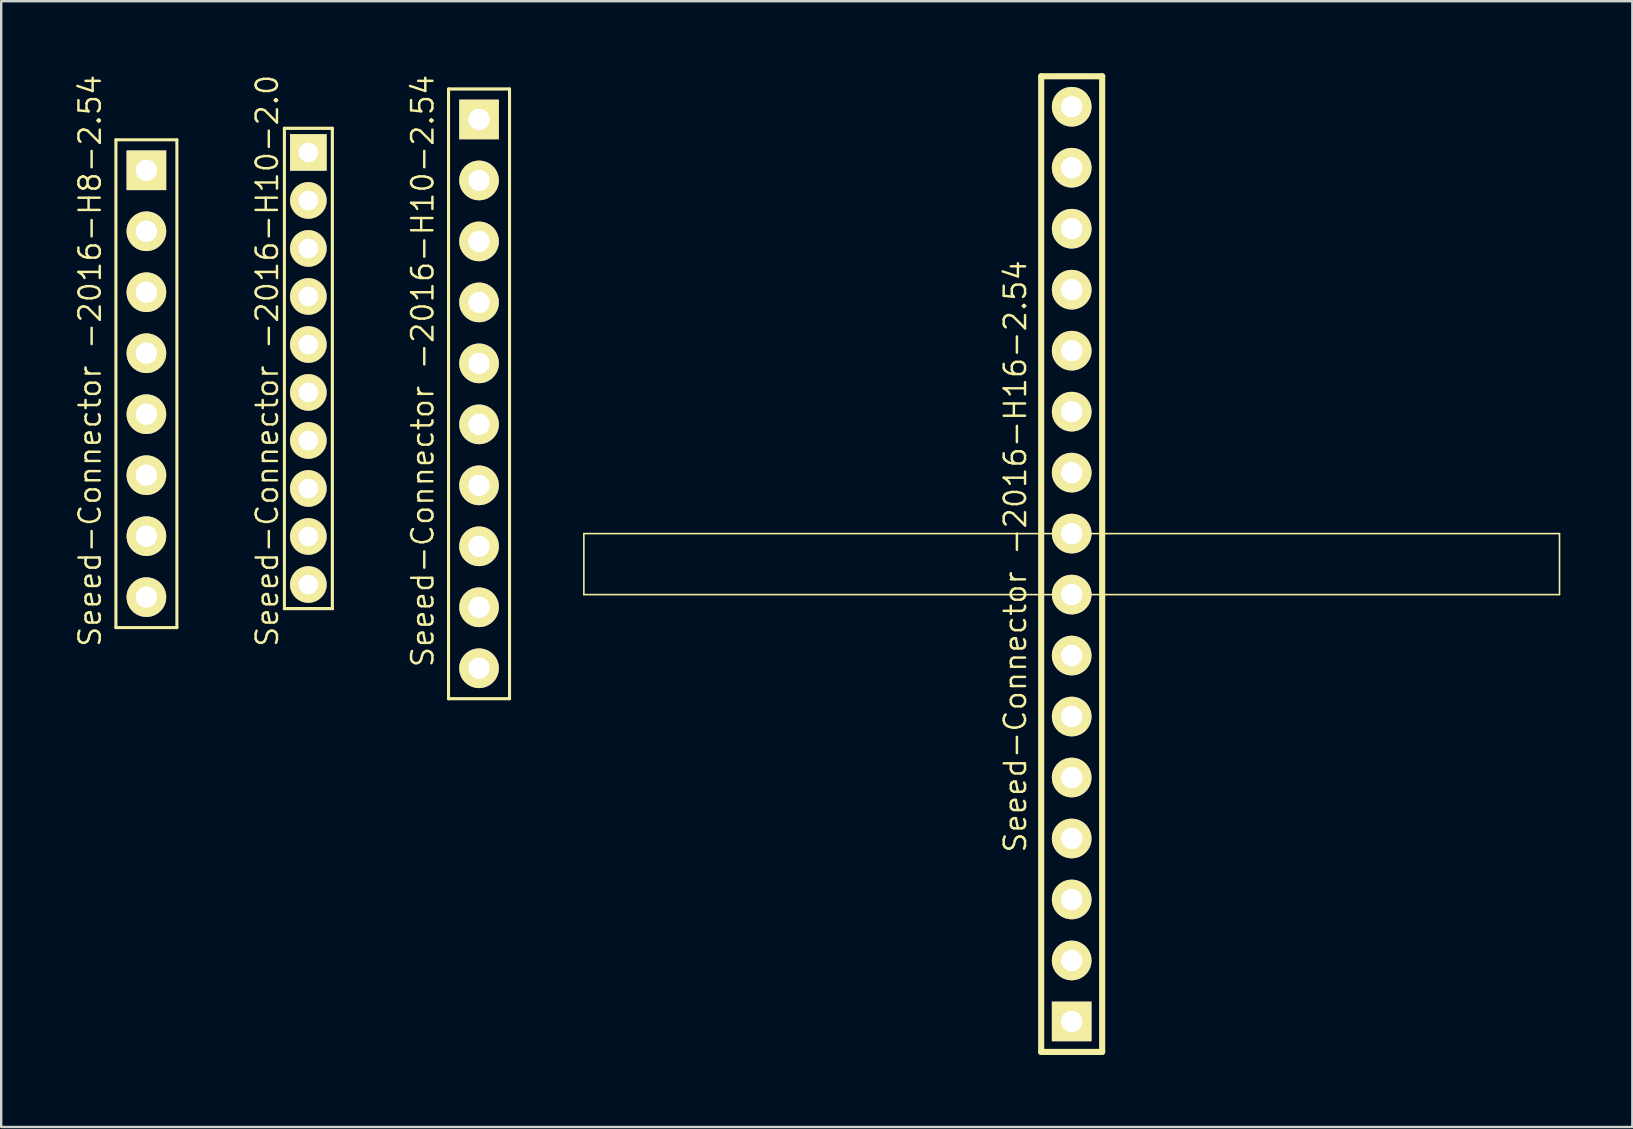
<source format=kicad_pcb>
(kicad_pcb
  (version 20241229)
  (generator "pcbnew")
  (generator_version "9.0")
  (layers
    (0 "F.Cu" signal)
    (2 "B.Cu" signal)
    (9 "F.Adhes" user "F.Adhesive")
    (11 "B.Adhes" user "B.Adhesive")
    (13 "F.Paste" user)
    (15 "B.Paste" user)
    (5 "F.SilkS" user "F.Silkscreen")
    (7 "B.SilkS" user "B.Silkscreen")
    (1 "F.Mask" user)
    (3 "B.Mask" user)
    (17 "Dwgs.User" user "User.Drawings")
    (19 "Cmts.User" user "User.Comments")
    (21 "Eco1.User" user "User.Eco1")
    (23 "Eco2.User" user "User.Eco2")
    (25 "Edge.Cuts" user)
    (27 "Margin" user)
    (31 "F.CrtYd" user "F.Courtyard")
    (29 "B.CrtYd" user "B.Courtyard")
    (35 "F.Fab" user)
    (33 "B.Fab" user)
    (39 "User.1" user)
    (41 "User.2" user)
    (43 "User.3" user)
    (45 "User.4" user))
  (footprint "Seeed-Connector -2016-H10-2.0"
    (layer "F.Cu")
    (at 9.794 12.298)
    (property "Reference" "Seeed-Connector -2016-H10-2.0" (at -1.714 -0.318 90) (layer "F.SilkS") (effects (font (size 0.889 0.889) (thickness 0.102))))
    (attr exclude_from_pos_files exclude_from_bom)
    (fp_line (start -1.016 -10.033) (end 1.016 -10.033) (stroke (width 0.066) (type solid)) (layer "F.SilkS"))
    (fp_line (start -1.016 10.033) (end -1.016 -10.033) (stroke (width 0.066) (type solid)) (layer "F.SilkS"))
    (fp_line (start -1.016 10.033) (end 1.016 10.033) (stroke (width 0.066) (type solid)) (layer "F.SilkS"))
    (fp_line (start -0.998 -10) (end 0.998 -10) (stroke (width 0.127) (type solid)) (layer "F.SilkS"))
    (fp_line (start -0.998 10) (end -0.998 -10) (stroke (width 0.127) (type solid)) (layer "F.SilkS"))
    (fp_line (start 0.998 -10) (end 0.998 10) (stroke (width 0.127) (type solid)) (layer "F.SilkS"))
    (fp_line (start 0.998 10) (end -0.998 10) (stroke (width 0.127) (type solid)) (layer "F.SilkS"))
    (fp_line (start 1.016 10.033) (end 1.016 -10.033) (stroke (width 0.066) (type solid)) (layer "F.SilkS"))
    (pad "1" thru_hole rect (at 0 -8.999) (size 1.524 1.524) (drill 0.813) (layers "*.Cu" "F.Mask" "F.SilkS" "F.Paste"))
    (pad "2" thru_hole circle (at 0 -6.998) (size 1.524 1.524) (drill 0.813) (layers "*.Cu" "F.Mask" "F.SilkS" "F.Paste"))
    (pad "3" thru_hole circle (at 0 -4.999) (size 1.524 1.524) (drill 0.813) (layers "*.Cu" "F.Mask" "F.SilkS" "F.Paste"))
    (pad "4" thru_hole circle (at 0 -3) (size 1.524 1.524) (drill 0.813) (layers "*.Cu" "F.Mask" "F.SilkS" "F.Paste"))
    (pad "5" thru_hole circle (at 0 -0.998) (size 1.524 1.524) (drill 0.813) (layers "*.Cu" "F.Mask" "F.SilkS" "F.Paste"))
    (pad "6" thru_hole circle (at 0 0.998) (size 1.524 1.524) (drill 0.813) (layers "*.Cu" "F.Mask" "F.SilkS" "F.Paste"))
    (pad "7" thru_hole circle (at 0 3) (size 1.524 1.524) (drill 0.813) (layers "*.Cu" "F.Mask" "F.SilkS" "F.Paste"))
    (pad "8" thru_hole circle (at 0 4.999) (size 1.524 1.524) (drill 0.813) (layers "*.Cu" "F.Mask" "F.SilkS" "F.Paste"))
    (pad "9" thru_hole circle (at 0 6.998) (size 1.524 1.524) (drill 0.813) (layers "*.Cu" "F.Mask" "F.SilkS" "F.Paste"))
    (pad "10" thru_hole circle (at 0 8.999) (size 1.524 1.524) (drill 0.813) (layers "*.Cu" "F.Mask" "F.SilkS" "F.Paste")))
  (footprint "Seeed-Connector -2016-H8-2.54"
    (layer "F.Cu")
    (at 3.048 12.933)
    (property "Reference" "Seeed-Connector -2016-H8-2.54" (at -2.349 -0.953 90) (layer "F.SilkS") (effects (font (size 0.889 0.889) (thickness 0.102))))
    (attr exclude_from_pos_files exclude_from_bom)
    (fp_line (start -1.27 -10.16) (end 1.27 -10.16) (stroke (width 0.066) (type solid)) (layer "F.SilkS"))
    (fp_line (start -1.27 -10.16) (end 1.27 -10.16) (stroke (width 0.127) (type solid)) (layer "F.SilkS"))
    (fp_line (start -1.27 10.16) (end -1.27 -10.16) (stroke (width 0.066) (type solid)) (layer "F.SilkS"))
    (fp_line (start -1.27 10.16) (end -1.27 -10.16) (stroke (width 0.127) (type solid)) (layer "F.SilkS"))
    (fp_line (start -1.27 10.16) (end 1.27 10.16) (stroke (width 0.066) (type solid)) (layer "F.SilkS"))
    (fp_line (start 1.27 -10.16) (end 1.27 10.16) (stroke (width 0.127) (type solid)) (layer "F.SilkS"))
    (fp_line (start 1.27 10.16) (end -1.27 10.16) (stroke (width 0.127) (type solid)) (layer "F.SilkS"))
    (fp_line (start 1.27 10.16) (end 1.27 -10.16) (stroke (width 0.066) (type solid)) (layer "F.SilkS"))
    (pad "1" thru_hole rect (at 0 -8.89) (size 1.651 1.651) (drill 0.889) (layers "*.Cu" "F.Mask" "F.SilkS" "F.Paste"))
    (pad "2" thru_hole circle (at 0 -6.35) (size 1.651 1.651) (drill 0.889) (layers "*.Cu" "F.Mask" "F.SilkS" "F.Paste"))
    (pad "3" thru_hole circle (at 0 -3.81) (size 1.651 1.651) (drill 0.889) (layers "*.Cu" "F.Mask" "F.SilkS" "F.Paste"))
    (pad "4" thru_hole circle (at 0 -1.27) (size 1.651 1.651) (drill 0.889) (layers "*.Cu" "F.Mask" "F.SilkS" "F.Paste"))
    (pad "5" thru_hole circle (at 0 1.27) (size 1.651 1.651) (drill 0.889) (layers "*.Cu" "F.Mask" "F.SilkS" "F.Paste"))
    (pad "6" thru_hole circle (at 0 3.81) (size 1.651 1.651) (drill 0.889) (layers "*.Cu" "F.Mask" "F.SilkS" "F.Paste"))
    (pad "7" thru_hole circle (at 0 6.35) (size 1.651 1.651) (drill 0.889) (layers "*.Cu" "F.Mask" "F.SilkS" "F.Paste"))
    (pad "8" thru_hole circle (at 0 8.89) (size 1.651 1.651) (drill 0.889) (layers "*.Cu" "F.Mask" "F.SilkS" "F.Paste")))
  (footprint "Seeed-Connector -2016-H16-2.54"
    (layer "F.Cu")
    (at 41.59 20.447)
    (property "Reference" "Seeed-Connector -2016-H16-2.54" (at -2.349 -0.318 90) (layer "F.SilkS") (effects (font (size 0.889 0.889) (thickness 0.102))))
    (attr exclude_from_pos_files exclude_from_bom)
    (fp_line (start -20.32 -1.27) (end 20.32 -1.27) (stroke (width 0.066) (type solid)) (layer "F.SilkS"))
    (fp_line (start -20.32 1.27) (end -20.32 -1.27) (stroke (width 0.066) (type solid)) (layer "F.SilkS"))
    (fp_line (start -20.32 1.27) (end 20.32 1.27) (stroke (width 0.066) (type solid)) (layer "F.SilkS"))
    (fp_line (start -1.27 20.32) (end -1.27 -20.32) (stroke (width 0.254) (type solid)) (layer "F.SilkS"))
    (fp_line (start -1.27 20.32) (end 1.27 20.32) (stroke (width 0.254) (type solid)) (layer "F.SilkS"))
    (fp_line (start -0.635 -20.32) (end 0.635 -20.32) (stroke (width 0.203) (type solid)) (layer "F.SilkS"))
    (fp_line (start -0.635 20.32) (end 0.635 20.32) (stroke (width 0.203) (type solid)) (layer "F.SilkS"))
    (fp_line (start 1.27 -20.32) (end -1.27 -20.32) (stroke (width 0.254) (type solid)) (layer "F.SilkS"))
    (fp_line (start 1.27 -20.32) (end 1.27 20.32) (stroke (width 0.254) (type solid)) (layer "F.SilkS"))
    (fp_line (start 20.32 1.27) (end 20.32 -1.27) (stroke (width 0.066) (type solid)) (layer "F.SilkS"))
    (pad "1" thru_hole rect (at 0 19.05) (size 1.651 1.651) (drill 0.889) (layers "*.Cu" "F.Mask" "F.SilkS" "F.Paste"))
    (pad "2" thru_hole circle (at 0 16.51) (size 1.651 1.651) (drill 0.889) (layers "*.Cu" "F.Mask" "F.SilkS" "F.Paste"))
    (pad "3" thru_hole circle (at 0 13.97) (size 1.651 1.651) (drill 0.889) (layers "*.Cu" "F.Mask" "F.SilkS" "F.Paste"))
    (pad "4" thru_hole circle (at 0 11.43) (size 1.651 1.651) (drill 0.889) (layers "*.Cu" "F.Mask" "F.SilkS" "F.Paste"))
    (pad "5" thru_hole circle (at 0 8.89) (size 1.651 1.651) (drill 0.889) (layers "*.Cu" "F.Mask" "F.SilkS" "F.Paste"))
    (pad "6" thru_hole circle (at 0 6.35) (size 1.651 1.651) (drill 0.889) (layers "*.Cu" "F.Mask" "F.SilkS" "F.Paste"))
    (pad "7" thru_hole circle (at 0 3.81) (size 1.651 1.651) (drill 0.889) (layers "*.Cu" "F.Mask" "F.SilkS" "F.Paste"))
    (pad "8" thru_hole circle (at 0 1.27) (size 1.651 1.651) (drill 0.889) (layers "*.Cu" "F.Mask" "F.SilkS" "F.Paste"))
    (pad "9" thru_hole circle (at 0 -1.27) (size 1.651 1.651) (drill 0.889) (layers "*.Cu" "F.Mask" "F.SilkS" "F.Paste"))
    (pad "10" thru_hole circle (at 0 -3.81) (size 1.651 1.651) (drill 0.889) (layers "*.Cu" "F.Mask" "F.SilkS" "F.Paste"))
    (pad "11" thru_hole circle (at 0 -6.35) (size 1.651 1.651) (drill 0.889) (layers "*.Cu" "F.Mask" "F.SilkS" "F.Paste"))
    (pad "12" thru_hole circle (at 0 -8.89) (size 1.651 1.651) (drill 0.889) (layers "*.Cu" "F.Mask" "F.SilkS" "F.Paste"))
    (pad "13" thru_hole circle (at 0 -11.43) (size 1.651 1.651) (drill 0.889) (layers "*.Cu" "F.Mask" "F.SilkS" "F.Paste"))
    (pad "14" thru_hole circle (at 0 -13.97) (size 1.651 1.651) (drill 0.889) (layers "*.Cu" "F.Mask" "F.SilkS" "F.Paste"))
    (pad "15" thru_hole circle (at 0 -16.51) (size 1.651 1.651) (drill 0.889) (layers "*.Cu" "F.Mask" "F.SilkS" "F.Paste"))
    (pad "16" thru_hole circle (at 0 -19.05) (size 1.651 1.651) (drill 0.889) (layers "*.Cu" "F.Mask" "F.SilkS" "F.Paste")))
  (footprint "Seeed-Connector -2016-H10-2.54"
    (layer "F.Cu")
    (at 16.904 13.356)
    (property "Reference" "Seeed-Connector -2016-H10-2.54" (at -2.349 -0.953 90) (layer "F.SilkS") (effects (font (size 0.889 0.889) (thickness 0.102))))
    (attr exclude_from_pos_files exclude_from_bom)
    (fp_line (start -1.27 -12.7) (end 1.27 -12.7) (stroke (width 0.066) (type solid)) (layer "F.SilkS"))
    (fp_line (start -1.27 -12.7) (end 1.27 -12.7) (stroke (width 0.1) (type solid)) (layer "F.SilkS"))
    (fp_line (start -1.27 -12.7) (end 1.27 -12.7) (stroke (width 0.127) (type solid)) (layer "F.SilkS"))
    (fp_line (start -1.27 12.7) (end -1.27 -12.7) (stroke (width 0.066) (type solid)) (layer "F.SilkS"))
    (fp_line (start -1.27 12.7) (end -1.27 -12.7) (stroke (width 0.1) (type solid)) (layer "F.SilkS"))
    (fp_line (start -1.27 12.7) (end -1.27 -12.7) (stroke (width 0.127) (type solid)) (layer "F.SilkS"))
    (fp_line (start -1.27 12.7) (end 1.27 12.7) (stroke (width 0.066) (type solid)) (layer "F.SilkS"))
    (fp_line (start 1.27 -12.7) (end 1.27 12.7) (stroke (width 0.1) (type solid)) (layer "F.SilkS"))
    (fp_line (start 1.27 -12.7) (end 1.27 12.7) (stroke (width 0.127) (type solid)) (layer "F.SilkS"))
    (fp_line (start 1.27 12.7) (end -1.27 12.7) (stroke (width 0.1) (type solid)) (layer "F.SilkS"))
    (fp_line (start 1.27 12.7) (end -1.27 12.7) (stroke (width 0.127) (type solid)) (layer "F.SilkS"))
    (fp_line (start 1.27 12.7) (end 1.27 -12.7) (stroke (width 0.066) (type solid)) (layer "F.SilkS"))
    (pad "1" thru_hole rect (at 0 -11.43) (size 1.651 1.651) (drill 0.889) (layers "*.Cu" "F.Mask" "F.SilkS" "F.Paste"))
    (pad "2" thru_hole circle (at 0 -8.89) (size 1.651 1.651) (drill 0.889) (layers "*.Cu" "F.Mask" "F.SilkS" "F.Paste"))
    (pad "3" thru_hole circle (at 0 -6.35) (size 1.651 1.651) (drill 0.889) (layers "*.Cu" "F.Mask" "F.SilkS" "F.Paste"))
    (pad "4" thru_hole circle (at 0 -3.81) (size 1.651 1.651) (drill 0.889) (layers "*.Cu" "F.Mask" "F.SilkS" "F.Paste"))
    (pad "5" thru_hole circle (at 0 -1.27) (size 1.651 1.651) (drill 0.889) (layers "*.Cu" "F.Mask" "F.SilkS" "F.Paste"))
    (pad "6" thru_hole circle (at 0 1.27) (size 1.651 1.651) (drill 0.889) (layers "*.Cu" "F.Mask" "F.SilkS" "F.Paste"))
    (pad "7" thru_hole circle (at 0 3.81) (size 1.651 1.651) (drill 0.889) (layers "*.Cu" "F.Mask" "F.SilkS" "F.Paste"))
    (pad "8" thru_hole circle (at 0 6.35) (size 1.651 1.651) (drill 0.889) (layers "*.Cu" "F.Mask" "F.SilkS" "F.Paste"))
    (pad "9" thru_hole circle (at 0 8.89) (size 1.651 1.651) (drill 0.889) (layers "*.Cu" "F.Mask" "F.SilkS" "F.Paste"))
    (pad "10" thru_hole circle (at 0 11.43) (size 1.651 1.651) (drill 0.889) (layers "*.Cu" "F.Mask" "F.SilkS" "F.Paste")))
  (gr_rect
    (start -3 -3)
    (end 64.943 43.894)
    (stroke (width 0.1) (type default))
    (fill no)
    (layer "Edge.Cuts")))
</source>
